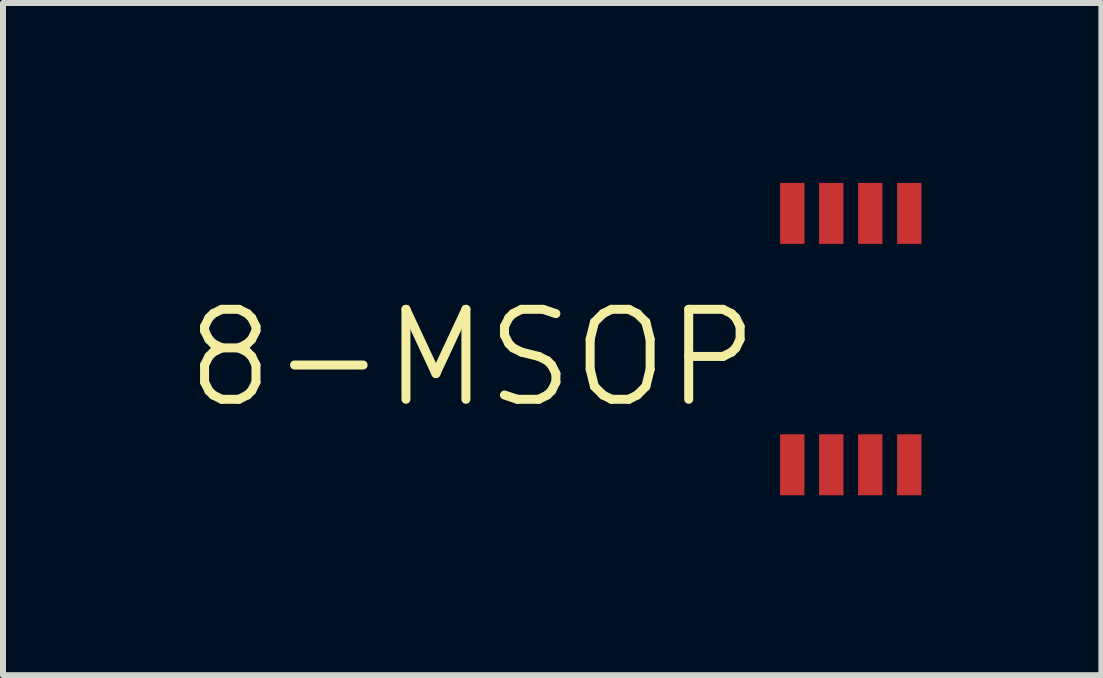
<source format=kicad_pcb>
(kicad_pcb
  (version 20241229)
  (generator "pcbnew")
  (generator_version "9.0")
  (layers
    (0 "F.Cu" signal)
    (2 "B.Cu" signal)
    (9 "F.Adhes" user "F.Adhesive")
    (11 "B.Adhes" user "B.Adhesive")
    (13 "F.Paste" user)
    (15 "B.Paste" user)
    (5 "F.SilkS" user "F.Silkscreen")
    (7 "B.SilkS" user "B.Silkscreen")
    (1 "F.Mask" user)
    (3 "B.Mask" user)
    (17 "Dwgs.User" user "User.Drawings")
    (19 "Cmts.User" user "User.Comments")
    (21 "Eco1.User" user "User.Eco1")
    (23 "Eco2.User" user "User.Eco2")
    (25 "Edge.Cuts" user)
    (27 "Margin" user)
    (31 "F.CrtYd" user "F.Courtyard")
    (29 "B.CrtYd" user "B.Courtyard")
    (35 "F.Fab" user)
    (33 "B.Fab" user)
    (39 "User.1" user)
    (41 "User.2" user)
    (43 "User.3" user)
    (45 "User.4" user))
  (footprint "8-MSOP"
    (layer "F.Cu")
    (at 10.159 4.699)
    (property "Reference" "8-MSOP" (at -5.334 -1.778 0) (layer "F.SilkS") (effects (font (size 1.5 1.5) (thickness 0.15))))
    (attr through_hole)
    (pad "1" smd rect (at 0 0) (size 0.406 1.016) (layers "F.Cu" "F.Mask" "F.Paste"))
    (pad "2" smd rect (at 0.65 -4.191) (size 0.406 1.016) (layers "F.Cu" "F.Mask" "F.Paste"))
    (pad "2" smd rect (at 0.65 0) (size 0.406 1.016) (layers "F.Cu" "F.Mask" "F.Paste"))
    (pad "3" smd rect (at 1.3 -4.191) (size 0.406 1.016) (layers "F.Cu" "F.Mask" "F.Paste"))
    (pad "3" smd rect (at 1.3 0) (size 0.406 1.016) (layers "F.Cu" "F.Mask" "F.Paste"))
    (pad "4" smd rect (at 1.951 -4.191) (size 0.406 1.016) (layers "F.Cu" "F.Mask" "F.Paste"))
    (pad "4" smd rect (at 1.951 0) (size 0.406 1.016) (layers "F.Cu" "F.Mask" "F.Paste"))
    (pad "8" smd rect (at 0 -4.191) (size 0.406 1.016) (layers "F.Cu" "F.Mask" "F.Paste")))
  (gr_rect
    (start -3 -3)
    (end 15.313 8.207)
    (stroke (width 0.1) (type default))
    (fill no)
    (layer "Edge.Cuts")))
</source>
